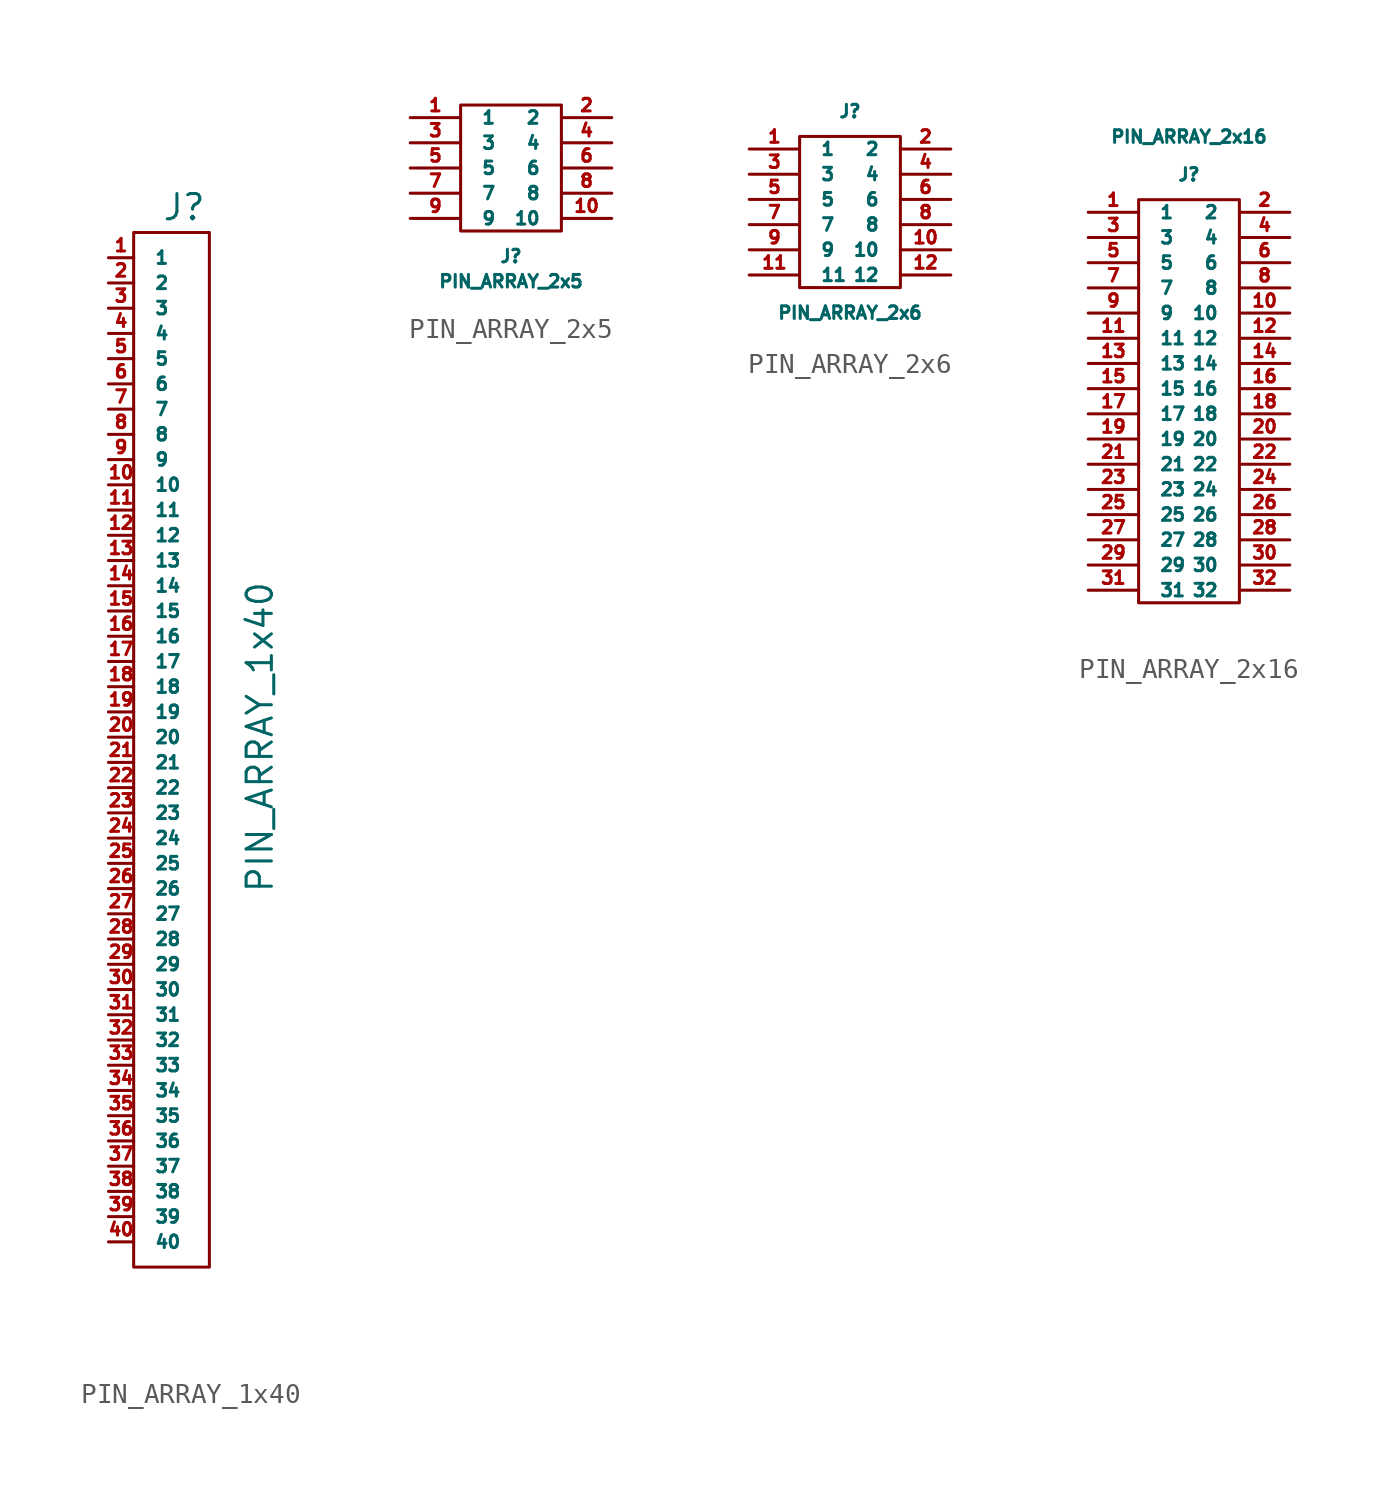
<source format=kicad_sym>
(kicad_symbol_lib
  (version 20220914)
  (generator kicad_symbol_editor)
  (symbol "PIN_ARRAY_1x40"
    (pin_names
      (offset 1.016))
    (property "Reference" "J"
      (at 0 26.67 0)
      (effects (font (size 1.27 1.27))))
    (property "Value" "PIN_ARRAY_1x40"
      (at 3.81 0 90)
      (effects (font (size 1.27 1.27))))
    (property "ki_locked" ""
      (at 0 0 0)
      (effects (font (size 1.27 1.27))))
    (symbol "PIN_ARRAY_1x40_0_1"
      (rectangle (start 1.27 -26.67) (end -2.54 25.4) (stroke (width 0) (type default)) (fill (type none))))
    (symbol "PIN_ARRAY_1x40_1_1"
      (pin bidirectional line (at -3.81 24.13 0) (length 1.27) (name "1" (effects (font (size 0.635 0.635)))) (number "1" (effects (font (size 0.635 0.635)))))
      (pin bidirectional line (at -3.81 12.7 0) (length 1.27) (name "10" (effects (font (size 0.635 0.635)))) (number "10" (effects (font (size 0.635 0.635)))))
      (pin bidirectional line (at -3.81 11.43 0) (length 1.27) (name "11" (effects (font (size 0.635 0.635)))) (number "11" (effects (font (size 0.635 0.635)))))
      (pin bidirectional line (at -3.81 10.16 0) (length 1.27) (name "12" (effects (font (size 0.635 0.635)))) (number "12" (effects (font (size 0.635 0.635)))))
      (pin bidirectional line (at -3.81 8.89 0) (length 1.27) (name "13" (effects (font (size 0.635 0.635)))) (number "13" (effects (font (size 0.635 0.635)))))
      (pin bidirectional line (at -3.81 7.62 0) (length 1.27) (name "14" (effects (font (size 0.635 0.635)))) (number "14" (effects (font (size 0.635 0.635)))))
      (pin bidirectional line (at -3.81 6.35 0) (length 1.27) (name "15" (effects (font (size 0.635 0.635)))) (number "15" (effects (font (size 0.635 0.635)))))
      (pin bidirectional line (at -3.81 5.08 0) (length 1.27) (name "16" (effects (font (size 0.635 0.635)))) (number "16" (effects (font (size 0.635 0.635)))))
      (pin bidirectional line (at -3.81 3.81 0) (length 1.27) (name "17" (effects (font (size 0.635 0.635)))) (number "17" (effects (font (size 0.635 0.635)))))
      (pin bidirectional line (at -3.81 2.54 0) (length 1.27) (name "18" (effects (font (size 0.635 0.635)))) (number "18" (effects (font (size 0.635 0.635)))))
      (pin bidirectional line (at -3.81 1.27 0) (length 1.27) (name "19" (effects (font (size 0.635 0.635)))) (number "19" (effects (font (size 0.635 0.635)))))
      (pin bidirectional line (at -3.81 22.86 0) (length 1.27) (name "2" (effects (font (size 0.635 0.635)))) (number "2" (effects (font (size 0.635 0.635)))))
      (pin bidirectional line (at -3.81 0 0) (length 1.27) (name "20" (effects (font (size 0.635 0.635)))) (number "20" (effects (font (size 0.635 0.635)))))
      (pin bidirectional line (at -3.81 -1.27 0) (length 1.27) (name "21" (effects (font (size 0.635 0.635)))) (number "21" (effects (font (size 0.635 0.635)))))
      (pin bidirectional line (at -3.81 -2.54 0) (length 1.27) (name "22" (effects (font (size 0.635 0.635)))) (number "22" (effects (font (size 0.635 0.635)))))
      (pin bidirectional line (at -3.81 -3.81 0) (length 1.27) (name "23" (effects (font (size 0.635 0.635)))) (number "23" (effects (font (size 0.635 0.635)))))
      (pin bidirectional line (at -3.81 -5.08 0) (length 1.27) (name "24" (effects (font (size 0.635 0.635)))) (number "24" (effects (font (size 0.635 0.635)))))
      (pin bidirectional line (at -3.81 -6.35 0) (length 1.27) (name "25" (effects (font (size 0.635 0.635)))) (number "25" (effects (font (size 0.635 0.635)))))
      (pin bidirectional line (at -3.81 -7.62 0) (length 1.27) (name "26" (effects (font (size 0.635 0.635)))) (number "26" (effects (font (size 0.635 0.635)))))
      (pin bidirectional line (at -3.81 -8.89 0) (length 1.27) (name "27" (effects (font (size 0.635 0.635)))) (number "27" (effects (font (size 0.635 0.635)))))
      (pin bidirectional line (at -3.81 -10.16 0) (length 1.27) (name "28" (effects (font (size 0.635 0.635)))) (number "28" (effects (font (size 0.635 0.635)))))
      (pin bidirectional line (at -3.81 -11.43 0) (length 1.27) (name "29" (effects (font (size 0.635 0.635)))) (number "29" (effects (font (size 0.635 0.635)))))
      (pin bidirectional line (at -3.81 21.59 0) (length 1.27) (name "3" (effects (font (size 0.635 0.635)))) (number "3" (effects (font (size 0.635 0.635)))))
      (pin bidirectional line (at -3.81 -12.7 0) (length 1.27) (name "30" (effects (font (size 0.635 0.635)))) (number "30" (effects (font (size 0.635 0.635)))))
      (pin bidirectional line (at -3.81 -13.97 0) (length 1.27) (name "31" (effects (font (size 0.635 0.635)))) (number "31" (effects (font (size 0.635 0.635)))))
      (pin bidirectional line (at -3.81 -15.24 0) (length 1.27) (name "32" (effects (font (size 0.635 0.635)))) (number "32" (effects (font (size 0.635 0.635)))))
      (pin bidirectional line (at -3.81 -16.51 0) (length 1.27) (name "33" (effects (font (size 0.635 0.635)))) (number "33" (effects (font (size 0.635 0.635)))))
      (pin bidirectional line (at -3.81 -17.78 0) (length 1.27) (name "34" (effects (font (size 0.635 0.635)))) (number "34" (effects (font (size 0.635 0.635)))))
      (pin bidirectional line (at -3.81 -19.05 0) (length 1.27) (name "35" (effects (font (size 0.635 0.635)))) (number "35" (effects (font (size 0.635 0.635)))))
      (pin bidirectional line (at -3.81 -20.32 0) (length 1.27) (name "36" (effects (font (size 0.635 0.635)))) (number "36" (effects (font (size 0.635 0.635)))))
      (pin bidirectional line (at -3.81 -21.59 0) (length 1.27) (name "37" (effects (font (size 0.635 0.635)))) (number "37" (effects (font (size 0.635 0.635)))))
      (pin bidirectional line (at -3.81 -22.86 0) (length 1.27) (name "38" (effects (font (size 0.635 0.635)))) (number "38" (effects (font (size 0.635 0.635)))))
      (pin bidirectional line (at -3.81 -24.13 0) (length 1.27) (name "39" (effects (font (size 0.635 0.635)))) (number "39" (effects (font (size 0.635 0.635)))))
      (pin bidirectional line (at -3.81 20.32 0) (length 1.27) (name "4" (effects (font (size 0.635 0.635)))) (number "4" (effects (font (size 0.635 0.635)))))
      (pin bidirectional line (at -3.81 -25.4 0) (length 1.27) (name "40" (effects (font (size 0.635 0.635)))) (number "40" (effects (font (size 0.635 0.635)))))
      (pin bidirectional line (at -3.81 19.05 0) (length 1.27) (name "5" (effects (font (size 0.635 0.635)))) (number "5" (effects (font (size 0.635 0.635)))))
      (pin bidirectional line (at -3.81 17.78 0) (length 1.27) (name "6" (effects (font (size 0.635 0.635)))) (number "6" (effects (font (size 0.635 0.635)))))
      (pin bidirectional line (at -3.81 16.51 0) (length 1.27) (name "7" (effects (font (size 0.635 0.635)))) (number "7" (effects (font (size 0.635 0.635)))))
      (pin bidirectional line (at -3.81 15.24 0) (length 1.27) (name "8" (effects (font (size 0.635 0.635)))) (number "8" (effects (font (size 0.635 0.635)))))
      (pin bidirectional line (at -3.81 13.97 0) (length 1.27) (name "9" (effects (font (size 0.635 0.635)))) (number "9" (effects (font (size 0.635 0.635)))))))
  (symbol "PIN_ARRAY_2x5"
    (pin_names
      (offset 1.016))
    (property "Reference" "J"
      (at 0 -4.445 0)
      (effects (font (size 0.635 0.635))))
    (property "Value" "PIN_ARRAY_2x5"
      (at 0 -5.715 0)
      (effects (font (size 0.635 0.635))))
    (property "Footprint" ""
      (at 0 -2.54 0)
      (effects (font (size 0.635 0.635))))
    (property "Datasheet" ""
      (at 0 -2.54 0)
      (effects (font (size 0.635 0.635))))
    (symbol "PIN_ARRAY_2x5_0_1"
      (rectangle (start -2.54 3.175) (end 2.54 -3.175) (stroke (width 0) (type default)) (fill (type none))))
    (symbol "PIN_ARRAY_2x5_1_1"
      (pin unspecified line (at -5.08 2.54 0) (length 2.54) (name "1" (effects (font (size 0.635 0.635)))) (number "1" (effects (font (size 0.635 0.635)))))
      (pin unspecified line (at 5.08 -2.54 180) (length 2.54) (name "10" (effects (font (size 0.635 0.635)))) (number "10" (effects (font (size 0.635 0.635)))))
      (pin unspecified line (at 5.08 2.54 180) (length 2.54) (name "2" (effects (font (size 0.635 0.635)))) (number "2" (effects (font (size 0.635 0.635)))))
      (pin unspecified line (at -5.08 1.27 0) (length 2.54) (name "3" (effects (font (size 0.635 0.635)))) (number "3" (effects (font (size 0.635 0.635)))))
      (pin unspecified line (at 5.08 1.27 180) (length 2.54) (name "4" (effects (font (size 0.635 0.635)))) (number "4" (effects (font (size 0.635 0.635)))))
      (pin unspecified line (at -5.08 0 0) (length 2.54) (name "5" (effects (font (size 0.635 0.635)))) (number "5" (effects (font (size 0.635 0.635)))))
      (pin unspecified line (at 5.08 0 180) (length 2.54) (name "6" (effects (font (size 0.635 0.635)))) (number "6" (effects (font (size 0.635 0.635)))))
      (pin unspecified line (at -5.08 -1.27 0) (length 2.54) (name "7" (effects (font (size 0.635 0.635)))) (number "7" (effects (font (size 0.635 0.635)))))
      (pin unspecified line (at 5.08 -1.27 180) (length 2.54) (name "8" (effects (font (size 0.635 0.635)))) (number "8" (effects (font (size 0.635 0.635)))))
      (pin unspecified line (at -5.08 -2.54 0) (length 2.54) (name "9" (effects (font (size 0.635 0.635)))) (number "9" (effects (font (size 0.635 0.635)))))))
  (symbol "PIN_ARRAY_2x6"
    (pin_names
      (offset 1.016))
    (property "Reference" "J"
      (at 0 4.445 0)
      (effects (font (size 0.635 0.635))))
    (property "Value" "PIN_ARRAY_2x6"
      (at 0 -5.715 0)
      (effects (font (size 0.635 0.635))))
    (property "Footprint" ""
      (at 0 -2.54 0)
      (effects (font (size 0.635 0.635))))
    (property "Datasheet" ""
      (at 0 -2.54 0)
      (effects (font (size 0.635 0.635))))
    (symbol "PIN_ARRAY_2x6_0_1"
      (rectangle (start -2.54 3.175) (end 2.54 -4.445) (stroke (width 0) (type default)) (fill (type none))))
    (symbol "PIN_ARRAY_2x6_1_1"
      (pin unspecified line (at -5.08 2.54 0) (length 2.54) (name "1" (effects (font (size 0.635 0.635)))) (number "1" (effects (font (size 0.635 0.635)))))
      (pin unspecified line (at 5.08 -2.54 180) (length 2.54) (name "10" (effects (font (size 0.635 0.635)))) (number "10" (effects (font (size 0.635 0.635)))))
      (pin unspecified line (at -5.08 -3.81 0) (length 2.54) (name "11" (effects (font (size 0.635 0.635)))) (number "11" (effects (font (size 0.635 0.635)))))
      (pin unspecified line (at 5.08 -3.81 180) (length 2.54) (name "12" (effects (font (size 0.635 0.635)))) (number "12" (effects (font (size 0.635 0.635)))))
      (pin unspecified line (at 5.08 2.54 180) (length 2.54) (name "2" (effects (font (size 0.635 0.635)))) (number "2" (effects (font (size 0.635 0.635)))))
      (pin unspecified line (at -5.08 1.27 0) (length 2.54) (name "3" (effects (font (size 0.635 0.635)))) (number "3" (effects (font (size 0.635 0.635)))))
      (pin unspecified line (at 5.08 1.27 180) (length 2.54) (name "4" (effects (font (size 0.635 0.635)))) (number "4" (effects (font (size 0.635 0.635)))))
      (pin unspecified line (at -5.08 0 0) (length 2.54) (name "5" (effects (font (size 0.635 0.635)))) (number "5" (effects (font (size 0.635 0.635)))))
      (pin unspecified line (at 5.08 0 180) (length 2.54) (name "6" (effects (font (size 0.635 0.635)))) (number "6" (effects (font (size 0.635 0.635)))))
      (pin unspecified line (at -5.08 -1.27 0) (length 2.54) (name "7" (effects (font (size 0.635 0.635)))) (number "7" (effects (font (size 0.635 0.635)))))
      (pin unspecified line (at 5.08 -1.27 180) (length 2.54) (name "8" (effects (font (size 0.635 0.635)))) (number "8" (effects (font (size 0.635 0.635)))))
      (pin unspecified line (at -5.08 -2.54 0) (length 2.54) (name "9" (effects (font (size 0.635 0.635)))) (number "9" (effects (font (size 0.635 0.635)))))))
  (symbol "PIN_ARRAY_2x16"
    (pin_names
      (offset 1.016))
    (property "Reference" "J"
      (at 0 4.445 0)
      (effects (font (size 0.635 0.635))))
    (property "Value" "PIN_ARRAY_2x16"
      (at 0 6.35 0)
      (effects (font (size 0.635 0.635))))
    (property "Footprint" ""
      (at 0 -2.54 0)
      (effects (font (size 0.635 0.635))))
    (property "Datasheet" ""
      (at 0 -2.54 0)
      (effects (font (size 0.635 0.635))))
    (symbol "PIN_ARRAY_2x16_0_1"
      (rectangle (start -2.54 3.175) (end 2.54 -17.145) (stroke (width 0) (type default)) (fill (type none))))
    (symbol "PIN_ARRAY_2x16_1_1"
      (pin unspecified line (at -5.08 2.54 0) (length 2.54) (name "1" (effects (font (size 0.635 0.635)))) (number "1" (effects (font (size 0.635 0.635)))))
      (pin unspecified line (at 5.08 -2.54 180) (length 2.54) (name "10" (effects (font (size 0.635 0.635)))) (number "10" (effects (font (size 0.635 0.635)))))
      (pin unspecified line (at -5.08 -3.81 0) (length 2.54) (name "11" (effects (font (size 0.635 0.635)))) (number "11" (effects (font (size 0.635 0.635)))))
      (pin unspecified line (at 5.08 -3.81 180) (length 2.54) (name "12" (effects (font (size 0.635 0.635)))) (number "12" (effects (font (size 0.635 0.635)))))
      (pin unspecified line (at -5.08 -5.08 0) (length 2.54) (name "13" (effects (font (size 0.635 0.635)))) (number "13" (effects (font (size 0.635 0.635)))))
      (pin unspecified line (at 5.08 -5.08 180) (length 2.54) (name "14" (effects (font (size 0.635 0.635)))) (number "14" (effects (font (size 0.635 0.635)))))
      (pin unspecified line (at -5.08 -6.35 0) (length 2.54) (name "15" (effects (font (size 0.635 0.635)))) (number "15" (effects (font (size 0.635 0.635)))))
      (pin unspecified line (at 5.08 -6.35 180) (length 2.54) (name "16" (effects (font (size 0.635 0.635)))) (number "16" (effects (font (size 0.635 0.635)))))
      (pin unspecified line (at -5.08 -7.62 0) (length 2.54) (name "17" (effects (font (size 0.635 0.635)))) (number "17" (effects (font (size 0.635 0.635)))))
      (pin unspecified line (at 5.08 -7.62 180) (length 2.54) (name "18" (effects (font (size 0.635 0.635)))) (number "18" (effects (font (size 0.635 0.635)))))
      (pin unspecified line (at -5.08 -8.89 0) (length 2.54) (name "19" (effects (font (size 0.635 0.635)))) (number "19" (effects (font (size 0.635 0.635)))))
      (pin unspecified line (at 5.08 2.54 180) (length 2.54) (name "2" (effects (font (size 0.635 0.635)))) (number "2" (effects (font (size 0.635 0.635)))))
      (pin unspecified line (at 5.08 -8.89 180) (length 2.54) (name "20" (effects (font (size 0.635 0.635)))) (number "20" (effects (font (size 0.635 0.635)))))
      (pin unspecified line (at -5.08 -10.16 0) (length 2.54) (name "21" (effects (font (size 0.635 0.635)))) (number "21" (effects (font (size 0.635 0.635)))))
      (pin unspecified line (at 5.08 -10.16 180) (length 2.54) (name "22" (effects (font (size 0.635 0.635)))) (number "22" (effects (font (size 0.635 0.635)))))
      (pin unspecified line (at -5.08 -11.43 0) (length 2.54) (name "23" (effects (font (size 0.635 0.635)))) (number "23" (effects (font (size 0.635 0.635)))))
      (pin unspecified line (at 5.08 -11.43 180) (length 2.54) (name "24" (effects (font (size 0.635 0.635)))) (number "24" (effects (font (size 0.635 0.635)))))
      (pin unspecified line (at -5.08 -12.7 0) (length 2.54) (name "25" (effects (font (size 0.635 0.635)))) (number "25" (effects (font (size 0.635 0.635)))))
      (pin unspecified line (at 5.08 -12.7 180) (length 2.54) (name "26" (effects (font (size 0.635 0.635)))) (number "26" (effects (font (size 0.635 0.635)))))
      (pin unspecified line (at -5.08 -13.97 0) (length 2.54) (name "27" (effects (font (size 0.635 0.635)))) (number "27" (effects (font (size 0.635 0.635)))))
      (pin unspecified line (at 5.08 -13.97 180) (length 2.54) (name "28" (effects (font (size 0.635 0.635)))) (number "28" (effects (font (size 0.635 0.635)))))
      (pin unspecified line (at -5.08 -15.24 0) (length 2.54) (name "29" (effects (font (size 0.635 0.635)))) (number "29" (effects (font (size 0.635 0.635)))))
      (pin unspecified line (at -5.08 1.27 0) (length 2.54) (name "3" (effects (font (size 0.635 0.635)))) (number "3" (effects (font (size 0.635 0.635)))))
      (pin unspecified line (at 5.08 -15.24 180) (length 2.54) (name "30" (effects (font (size 0.635 0.635)))) (number "30" (effects (font (size 0.635 0.635)))))
      (pin unspecified line (at -5.08 -16.51 0) (length 2.54) (name "31" (effects (font (size 0.635 0.635)))) (number "31" (effects (font (size 0.635 0.635)))))
      (pin unspecified line (at 5.08 -16.51 180) (length 2.54) (name "32" (effects (font (size 0.635 0.635)))) (number "32" (effects (font (size 0.635 0.635)))))
      (pin unspecified line (at 5.08 1.27 180) (length 2.54) (name "4" (effects (font (size 0.635 0.635)))) (number "4" (effects (font (size 0.635 0.635)))))
      (pin unspecified line (at -5.08 0 0) (length 2.54) (name "5" (effects (font (size 0.635 0.635)))) (number "5" (effects (font (size 0.635 0.635)))))
      (pin unspecified line (at 5.08 0 180) (length 2.54) (name "6" (effects (font (size 0.635 0.635)))) (number "6" (effects (font (size 0.635 0.635)))))
      (pin unspecified line (at -5.08 -1.27 0) (length 2.54) (name "7" (effects (font (size 0.635 0.635)))) (number "7" (effects (font (size 0.635 0.635)))))
      (pin unspecified line (at 5.08 -1.27 180) (length 2.54) (name "8" (effects (font (size 0.635 0.635)))) (number "8" (effects (font (size 0.635 0.635)))))
      (pin unspecified line (at -5.08 -2.54 0) (length 2.54) (name "9" (effects (font (size 0.635 0.635)))) (number "9" (effects (font (size 0.635 0.635))))))))
</source>
